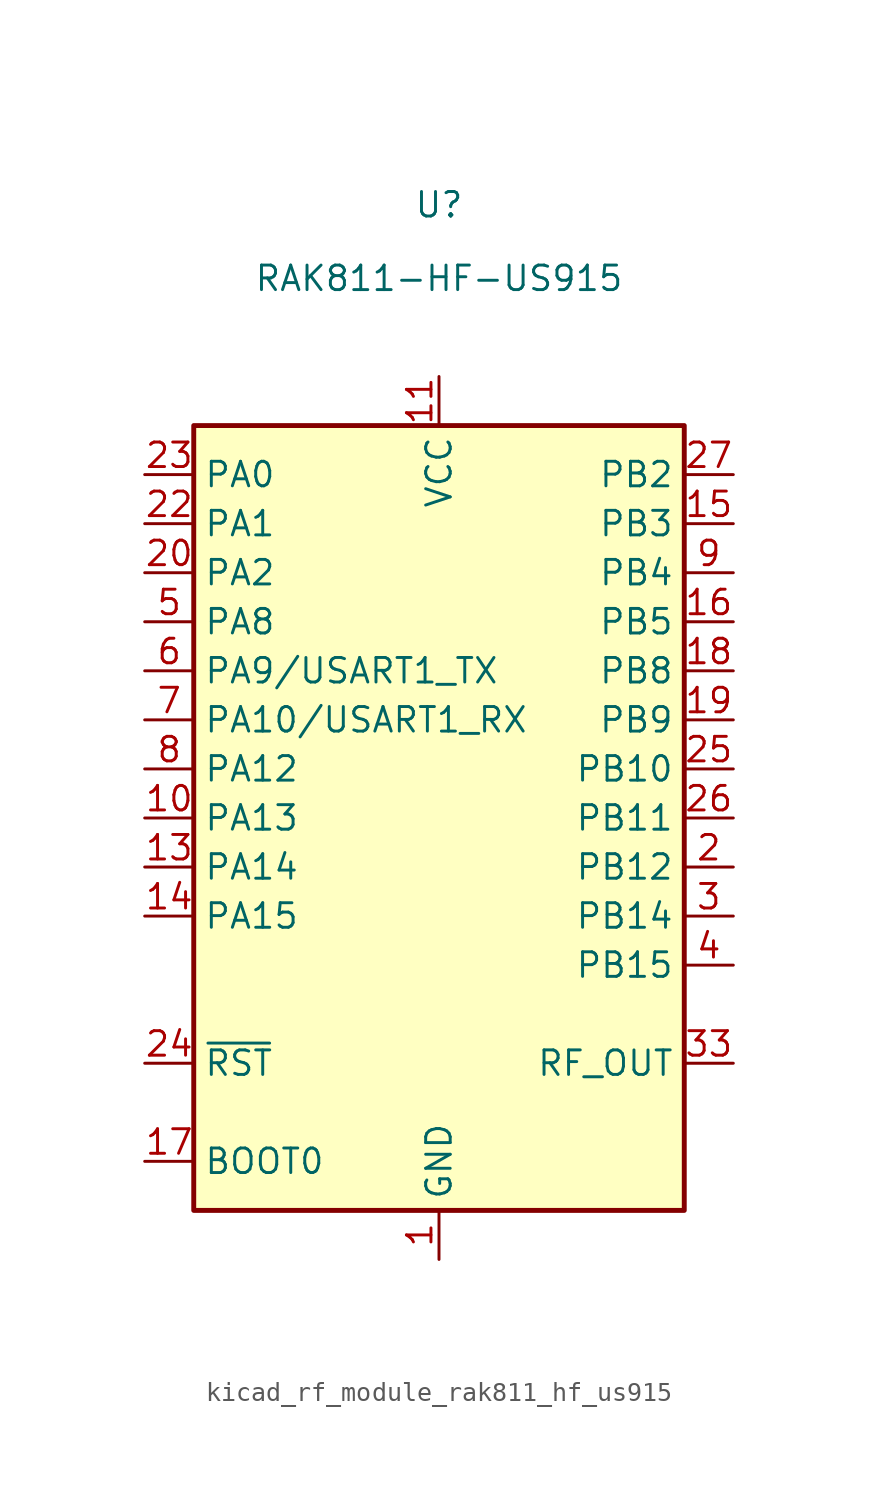
<source format=kicad_sym>
(kicad_symbol_lib
  (version 20220914)
  (generator kicad_symbol_editor)
  (symbol "kicad_rf_module_rak811_hf_us915"
    (property "Reference" "U"
      (at 0 31.75 0)
      (effects (font (size 1.27 1.27))))
    (property "Value" "RAK811-HF-US915"
      (at 0 27.94 0)
      (effects (font (size 1.27 1.27))))
    (symbol "kicad_rf_module_rak811_hf_us915_0_0"
      (pin power_in line (at 0 -22.86 90) (length 2.54) (name "GND" (effects (font (size 1.27 1.27)))) (number "1" (effects (font (size 1.27 1.27)))))
      (pin bidirectional line (at -15.24 0 0) (length 2.54) (name "PA13" (effects (font (size 1.27 1.27)))) (number "10" (effects (font (size 1.27 1.27)))))
      (pin power_in line (at 0 22.86 270) (length 2.54) (name "VCC" (effects (font (size 1.27 1.27)))) (number "11" (effects (font (size 1.27 1.27)))))
      (pin passive line (at 0 -22.86 90) (length 2.54) hide (name "GND" (effects (font (size 1.27 1.27)))) (number "12" (effects (font (size 1.27 1.27)))))
      (pin bidirectional line (at -15.24 -2.54 0) (length 2.54) (name "PA14" (effects (font (size 1.27 1.27)))) (number "13" (effects (font (size 1.27 1.27)))))
      (pin bidirectional line (at -15.24 -5.08 0) (length 2.54) (name "PA15" (effects (font (size 1.27 1.27)))) (number "14" (effects (font (size 1.27 1.27)))))
      (pin bidirectional line (at 15.24 15.24 180) (length 2.54) (name "PB3" (effects (font (size 1.27 1.27)))) (number "15" (effects (font (size 1.27 1.27)))))
      (pin bidirectional line (at 15.24 10.16 180) (length 2.54) (name "PB5" (effects (font (size 1.27 1.27)))) (number "16" (effects (font (size 1.27 1.27)))))
      (pin input line (at -15.24 -17.78 0) (length 2.54) (name "BOOT0" (effects (font (size 1.27 1.27)))) (number "17" (effects (font (size 1.27 1.27)))))
      (pin bidirectional line (at 15.24 7.62 180) (length 2.54) (name "PB8" (effects (font (size 1.27 1.27)))) (number "18" (effects (font (size 1.27 1.27)))))
      (pin bidirectional line (at 15.24 5.08 180) (length 2.54) (name "PB9" (effects (font (size 1.27 1.27)))) (number "19" (effects (font (size 1.27 1.27)))))
      (pin bidirectional line (at 15.24 -2.54 180) (length 2.54) (name "PB12" (effects (font (size 1.27 1.27)))) (number "2" (effects (font (size 1.27 1.27)))))
      (pin bidirectional line (at -15.24 12.7 0) (length 2.54) (name "PA2" (effects (font (size 1.27 1.27)))) (number "20" (effects (font (size 1.27 1.27)))))
      (pin passive line (at 0 -22.86 90) (length 2.54) hide (name "GND" (effects (font (size 1.27 1.27)))) (number "21" (effects (font (size 1.27 1.27)))))
      (pin bidirectional line (at -15.24 15.24 0) (length 2.54) (name "PA1" (effects (font (size 1.27 1.27)))) (number "22" (effects (font (size 1.27 1.27)))))
      (pin bidirectional line (at -15.24 17.78 0) (length 2.54) (name "PA0" (effects (font (size 1.27 1.27)))) (number "23" (effects (font (size 1.27 1.27)))))
      (pin input line (at -15.24 -12.7 0) (length 2.54) (name "~{RST}" (effects (font (size 1.27 1.27)))) (number "24" (effects (font (size 1.27 1.27)))))
      (pin bidirectional line (at 15.24 2.54 180) (length 2.54) (name "PB10" (effects (font (size 1.27 1.27)))) (number "25" (effects (font (size 1.27 1.27)))))
      (pin bidirectional line (at 15.24 0 180) (length 2.54) (name "PB11" (effects (font (size 1.27 1.27)))) (number "26" (effects (font (size 1.27 1.27)))))
      (pin bidirectional line (at 15.24 17.78 180) (length 2.54) (name "PB2" (effects (font (size 1.27 1.27)))) (number "27" (effects (font (size 1.27 1.27)))))
      (pin passive line (at 0 -22.86 90) (length 2.54) hide (name "GND" (effects (font (size 1.27 1.27)))) (number "28" (effects (font (size 1.27 1.27)))))
      (pin passive line (at 0 -22.86 90) (length 2.54) hide (name "GND" (effects (font (size 1.27 1.27)))) (number "29" (effects (font (size 1.27 1.27)))))
      (pin bidirectional line (at 15.24 -5.08 180) (length 2.54) (name "PB14" (effects (font (size 1.27 1.27)))) (number "3" (effects (font (size 1.27 1.27)))))
      (pin passive line (at 0 -22.86 90) (length 2.54) hide (name "GND" (effects (font (size 1.27 1.27)))) (number "30" (effects (font (size 1.27 1.27)))))
      (pin passive line (at 0 -22.86 90) (length 2.54) hide (name "GND" (effects (font (size 1.27 1.27)))) (number "31" (effects (font (size 1.27 1.27)))))
      (pin passive line (at 0 -22.86 90) (length 2.54) hide (name "GND" (effects (font (size 1.27 1.27)))) (number "32" (effects (font (size 1.27 1.27)))))
      (pin passive line (at 15.24 -12.7 180) (length 2.54) (name "RF_OUT" (effects (font (size 1.27 1.27)))) (number "33" (effects (font (size 1.27 1.27)))))
      (pin passive line (at 0 -22.86 90) (length 2.54) hide (name "GND" (effects (font (size 1.27 1.27)))) (number "34" (effects (font (size 1.27 1.27)))))
      (pin bidirectional line (at 15.24 -7.62 180) (length 2.54) (name "PB15" (effects (font (size 1.27 1.27)))) (number "4" (effects (font (size 1.27 1.27)))))
      (pin bidirectional line (at -15.24 10.16 0) (length 2.54) (name "PA8" (effects (font (size 1.27 1.27)))) (number "5" (effects (font (size 1.27 1.27)))))
      (pin bidirectional line (at -15.24 7.62 0) (length 2.54) (name "PA9/USART1_TX" (effects (font (size 1.27 1.27)))) (number "6" (effects (font (size 1.27 1.27)))))
      (pin bidirectional line (at -15.24 5.08 0) (length 2.54) (name "PA10/USART1_RX" (effects (font (size 1.27 1.27)))) (number "7" (effects (font (size 1.27 1.27)))))
      (pin bidirectional line (at -15.24 2.54 0) (length 2.54) (name "PA12" (effects (font (size 1.27 1.27)))) (number "8" (effects (font (size 1.27 1.27)))))
      (pin bidirectional line (at 15.24 12.7 180) (length 2.54) (name "PB4" (effects (font (size 1.27 1.27)))) (number "9" (effects (font (size 1.27 1.27))))))
    (symbol "kicad_rf_module_rak811_hf_us915_0_1"
      (rectangle (start 12.7 -20.32) (end -12.7 20.32) (stroke (width 0.254) (type default)) (fill (type background))))))
</source>
